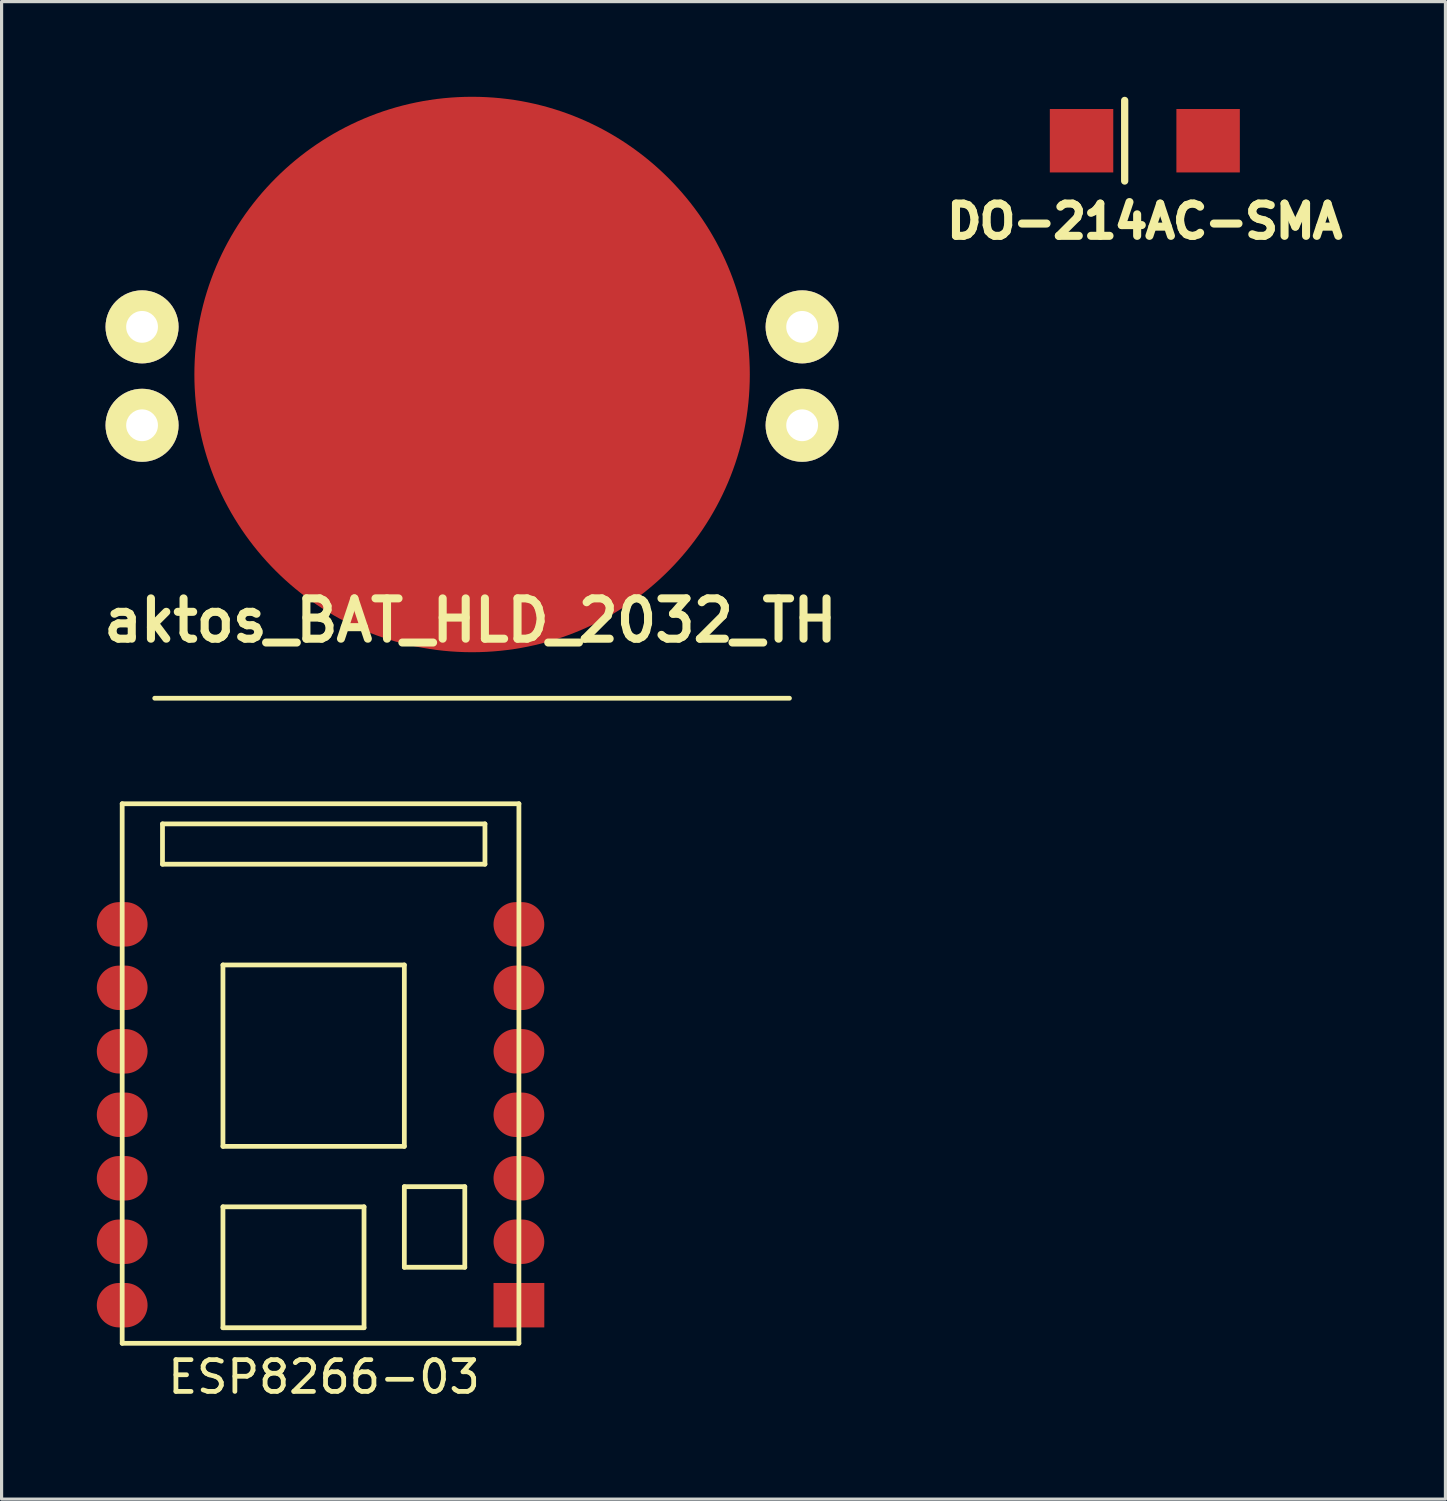
<source format=kicad_pcb>
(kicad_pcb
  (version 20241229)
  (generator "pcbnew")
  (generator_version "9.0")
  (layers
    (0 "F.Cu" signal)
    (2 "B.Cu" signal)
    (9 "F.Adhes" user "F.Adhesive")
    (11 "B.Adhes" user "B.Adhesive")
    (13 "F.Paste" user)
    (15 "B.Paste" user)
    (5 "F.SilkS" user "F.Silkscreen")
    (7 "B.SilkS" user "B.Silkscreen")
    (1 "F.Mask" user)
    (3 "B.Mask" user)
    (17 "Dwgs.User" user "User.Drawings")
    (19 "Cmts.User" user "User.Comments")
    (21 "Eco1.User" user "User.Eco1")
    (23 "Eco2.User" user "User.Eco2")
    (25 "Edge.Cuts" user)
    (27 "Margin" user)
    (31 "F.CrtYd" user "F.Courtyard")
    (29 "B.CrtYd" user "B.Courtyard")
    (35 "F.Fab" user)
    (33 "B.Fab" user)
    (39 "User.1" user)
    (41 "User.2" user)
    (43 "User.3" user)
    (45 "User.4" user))
  (footprint "ESP8266-03"
    (layer "F.Cu")
    (at 0.8 22.275)
    (property "Reference" "ESP8266-03" (at 6.36 18.061 0) (layer "F.SilkS") (effects (font (size 1 1) (thickness 0.15))))
    (attr through_hole)
    (fp_line (start 0 0) (end 0 17) (stroke (width 0.15) (type solid)) (layer "F.SilkS"))
    (fp_line (start 0 0) (end 12.5 0) (stroke (width 0.15) (type solid)) (layer "F.SilkS"))
    (fp_line (start 0 17) (end 12.5 17) (stroke (width 0.15) (type solid)) (layer "F.SilkS"))
    (fp_line (start 1.27 0.635) (end 1.27 1.905) (stroke (width 0.15) (type solid)) (layer "F.SilkS"))
    (fp_line (start 1.27 1.905) (end 11.43 1.905) (stroke (width 0.15) (type solid)) (layer "F.SilkS"))
    (fp_line (start 3.175 5.08) (end 3.175 10.795) (stroke (width 0.15) (type solid)) (layer "F.SilkS"))
    (fp_line (start 3.175 10.795) (end 8.89 10.795) (stroke (width 0.15) (type solid)) (layer "F.SilkS"))
    (fp_line (start 3.175 12.7) (end 3.175 16.51) (stroke (width 0.15) (type solid)) (layer "F.SilkS"))
    (fp_line (start 3.175 16.51) (end 7.62 16.51) (stroke (width 0.15) (type solid)) (layer "F.SilkS"))
    (fp_line (start 7.62 12.7) (end 3.175 12.7) (stroke (width 0.15) (type solid)) (layer "F.SilkS"))
    (fp_line (start 7.62 16.51) (end 7.62 12.7) (stroke (width 0.15) (type solid)) (layer "F.SilkS"))
    (fp_line (start 8.89 5.08) (end 3.175 5.08) (stroke (width 0.15) (type solid)) (layer "F.SilkS"))
    (fp_line (start 8.89 10.795) (end 8.89 5.08) (stroke (width 0.15) (type solid)) (layer "F.SilkS"))
    (fp_line (start 8.89 12.065) (end 8.89 14.605) (stroke (width 0.15) (type solid)) (layer "F.SilkS"))
    (fp_line (start 8.89 14.605) (end 10.795 14.605) (stroke (width 0.15) (type solid)) (layer "F.SilkS"))
    (fp_line (start 10.795 12.065) (end 8.89 12.065) (stroke (width 0.15) (type solid)) (layer "F.SilkS"))
    (fp_line (start 10.795 14.605) (end 10.795 12.065) (stroke (width 0.15) (type solid)) (layer "F.SilkS"))
    (fp_line (start 11.43 0.635) (end 1.27 0.635) (stroke (width 0.15) (type solid)) (layer "F.SilkS"))
    (fp_line (start 11.43 1.905) (end 11.43 0.635) (stroke (width 0.15) (type solid)) (layer "F.SilkS"))
    (fp_line (start 12.5 0) (end 12.5 17) (stroke (width 0.15) (type solid)) (layer "F.SilkS"))
    (pad "1" smd rect (at 12.5 15.8) (size 1.6 1.4) (layers "F.Cu" "F.Mask" "F.Paste"))
    (pad "2" smd oval (at 12.5 13.8) (size 1.6 1.4) (layers "F.Cu" "F.Mask" "F.Paste"))
    (pad "3" smd oval (at 12.5 11.8) (size 1.6 1.4) (layers "F.Cu" "F.Mask" "F.Paste"))
    (pad "4" smd oval (at 12.5 9.8) (size 1.6 1.4) (layers "F.Cu" "F.Mask" "F.Paste"))
    (pad "5" smd oval (at 12.5 7.8) (size 1.6 1.4) (layers "F.Cu" "F.Mask" "F.Paste"))
    (pad "6" smd oval (at 12.5 5.8) (size 1.6 1.4) (layers "F.Cu" "F.Mask" "F.Paste"))
    (pad "7" smd oval (at 12.5 3.8) (size 1.6 1.4) (layers "F.Cu" "F.Mask" "F.Paste"))
    (pad "8" smd oval (at 0 3.8) (size 1.6 1.4) (layers "F.Cu" "F.Mask" "F.Paste"))
    (pad "9" smd oval (at 0 5.8) (size 1.6 1.4) (layers "F.Cu" "F.Mask" "F.Paste"))
    (pad "10" smd oval (at 0 7.8) (size 1.6 1.4) (layers "F.Cu" "F.Mask" "F.Paste"))
    (pad "11" smd oval (at 0 9.8) (size 1.6 1.4) (layers "F.Cu" "F.Mask" "F.Paste"))
    (pad "12" smd oval (at 0 11.8) (size 1.6 1.4) (layers "F.Cu" "F.Mask" "F.Paste"))
    (pad "13" smd oval (at 0 13.8) (size 1.6 1.4) (layers "F.Cu" "F.Mask" "F.Paste"))
    (pad "14" smd oval (at 0 15.8) (size 1.6 1.4) (layers "F.Cu" "F.Mask" "F.Paste")))
  (footprint "aktos_BAT_HLD_2032_TH"
    (layer "F.Cu")
    (at 11.825 8.75)
    (property "Reference" "aktos_BAT_HLD_2032_TH" (at -0.05 7.75 0) (layer "F.SilkS") (effects (font (size 1.27 1.27) (thickness 0.254))))
    (attr through_hole)
    (fp_line (start -10 10.2) (end 10 10.2) (stroke (width 0.15) (type solid)) (layer "F.SilkS"))
    (pad "1" thru_hole circle (at -10.399 -1.501) (size 2.301 2.301) (drill 1.001) (layers "*.Cu" "*.Mask" "F.SilkS"))
    (pad "1" thru_hole circle (at -10.399 1.6) (size 2.301 2.301) (drill 1.001) (layers "*.Cu" "*.Mask" "F.SilkS"))
    (pad "1" thru_hole circle (at 10.399 -1.501) (size 2.301 2.301) (drill 1.001) (layers "*.Cu" "*.Mask" "F.SilkS"))
    (pad "1" thru_hole circle (at 10.399 1.6) (size 2.301 2.301) (drill 1.001) (layers "*.Cu" "*.Mask" "F.SilkS"))
    (pad "2" smd circle (at 0 0) (size 17.501 17.501) (layers "F.Cu" "F.Mask" "F.Paste")))
  (footprint "DO-214AC-SMA"
    (layer "F.Cu")
    (at 33.022 1.384)
    (property "Reference" "DO-214AC-SMA" (at 0 2.54 0) (layer "F.SilkS") (effects (font (size 1.016 1.016) (thickness 0.254))))
    (attr through_hole)
    (fp_line (start -0.635 -1.27) (end -0.635 1.27) (stroke (width 0.229) (type solid)) (layer "F.SilkS"))
    (pad "1" smd rect (at -1.994 0) (size 1.999 1.999) (layers "F.Cu" "F.Mask" "F.Paste"))
    (pad "2" smd rect (at 1.994 0) (size 1.999 1.999) (layers "F.Cu" "F.Mask" "F.Paste")))
  (gr_rect
    (start -3 -3)
    (end 42.494 44.185)
    (stroke (width 0.1) (type default))
    (fill no)
    (layer "Edge.Cuts")))
</source>
